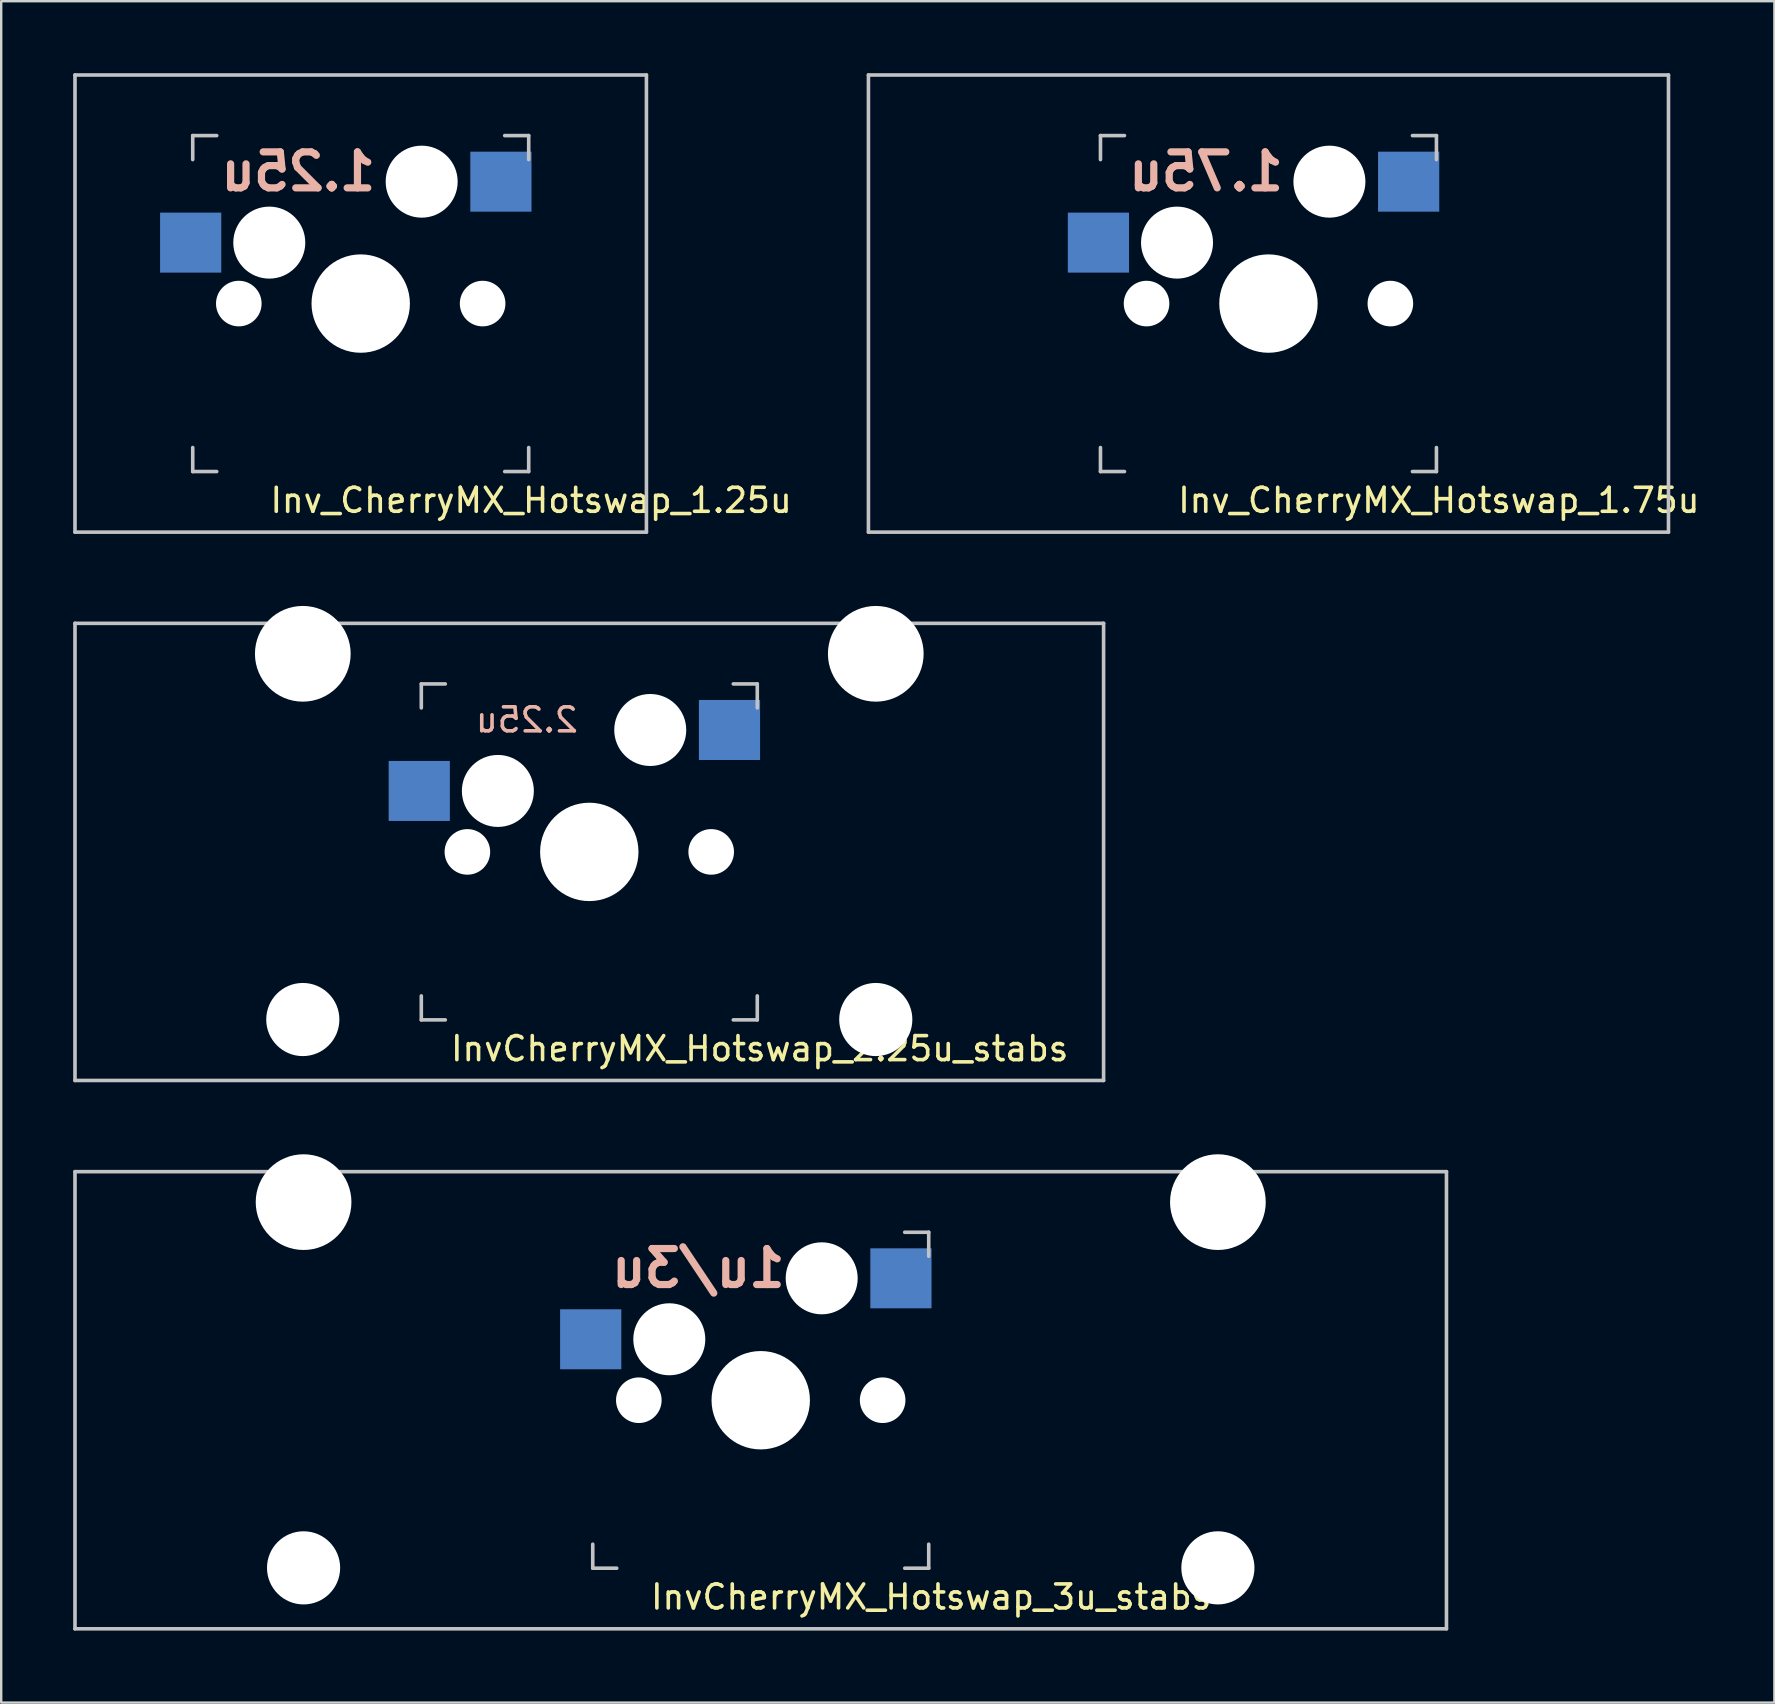
<source format=kicad_pcb>
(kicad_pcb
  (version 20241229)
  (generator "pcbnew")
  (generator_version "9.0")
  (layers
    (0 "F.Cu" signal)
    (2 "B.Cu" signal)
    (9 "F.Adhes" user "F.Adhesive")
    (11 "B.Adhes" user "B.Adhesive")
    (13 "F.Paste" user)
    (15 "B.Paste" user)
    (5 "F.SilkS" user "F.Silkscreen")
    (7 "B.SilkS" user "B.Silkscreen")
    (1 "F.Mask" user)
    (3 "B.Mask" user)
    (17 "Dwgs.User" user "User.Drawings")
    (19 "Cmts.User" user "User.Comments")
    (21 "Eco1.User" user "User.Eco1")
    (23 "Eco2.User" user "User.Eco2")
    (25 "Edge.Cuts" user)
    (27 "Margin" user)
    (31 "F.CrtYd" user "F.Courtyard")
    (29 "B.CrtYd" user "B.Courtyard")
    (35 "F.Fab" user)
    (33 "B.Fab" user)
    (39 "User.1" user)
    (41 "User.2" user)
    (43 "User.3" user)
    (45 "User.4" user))
  (footprint "Inv_CherryMX_Hotswap_1.75u"
    (layer "F.Cu")
    (at 49.807 9.6)
    (property "Reference" "Inv_CherryMX_Hotswap_1.75u" (at 7.1 8.2 0) (layer "F.SilkS") (effects (font (size 1 1) (thickness 0.15))))
    (fp_line (start -16.669 -9.525) (end 16.669 -9.525) (stroke (width 0.15) (type solid)) (layer "Dwgs.User"))
    (fp_line (start -16.669 9.525) (end -16.669 -9.525) (stroke (width 0.15) (type solid)) (layer "Dwgs.User"))
    (fp_line (start -7 -7) (end -6 -7) (stroke (width 0.15) (type solid)) (layer "Dwgs.User"))
    (fp_line (start -7 -6) (end -7 -7) (stroke (width 0.15) (type solid)) (layer "Dwgs.User"))
    (fp_line (start -7 6) (end -7 7) (stroke (width 0.15) (type solid)) (layer "Dwgs.User"))
    (fp_line (start -7 7) (end -6 7) (stroke (width 0.15) (type solid)) (layer "Dwgs.User"))
    (fp_line (start 6 7) (end 7 7) (stroke (width 0.15) (type solid)) (layer "Dwgs.User"))
    (fp_line (start 7 -7) (end 6 -7) (stroke (width 0.15) (type solid)) (layer "Dwgs.User"))
    (fp_line (start 7 -7) (end 7 -6) (stroke (width 0.15) (type solid)) (layer "Dwgs.User"))
    (fp_line (start 7 7) (end 7 6) (stroke (width 0.15) (type solid)) (layer "Dwgs.User"))
    (fp_line (start 16.669 -9.525) (end 16.669 9.525) (stroke (width 0.15) (type solid)) (layer "Dwgs.User"))
    (fp_line (start 16.669 9.525) (end -16.669 9.525) (stroke (width 0.15) (type solid)) (layer "Dwgs.User"))
    (fp_text user "1.75u" (at -2.6 -5.5 0) (unlocked yes) (layer "B.SilkS") (effects (font (size 1.5 1.5) (thickness 0.3)) (justify mirror)))
    (pad "" np_thru_hole circle (at -5.08 0) (size 1.9 1.9) (drill 1.9) (layers "*.Cu" "*.Mask"))
    (pad "" np_thru_hole circle (at -3.81 -2.54) (size 3 3) (drill 3) (layers "*.Cu" "*.Mask"))
    (pad "" np_thru_hole circle (at 0 0 90) (size 4.1 4.1) (drill 4.1) (layers "*.Cu" "*.Mask"))
    (pad "" np_thru_hole circle (at 2.54 -5.08) (size 3 3) (drill 3) (layers "*.Cu" "*.Mask"))
    (pad "" np_thru_hole circle (at 5.08 0) (size 1.9 1.9) (drill 1.9) (layers "*.Cu" "*.Mask"))
    (pad "1" smd rect (at -7.085 -2.54 180) (size 2.55 2.5) (layers "B.Cu" "B.Mask" "B.Paste"))
    (pad "2" smd rect (at 5.842 -5.08 180) (size 2.55 2.5) (layers "B.Cu" "B.Mask" "B.Paste")))
  (footprint "InvCherryMX_Hotswap_3u_stabs"
    (layer "F.Cu")
    (at 28.65 55.298)
    (property "Reference" "InvCherryMX_Hotswap_3u_stabs" (at 7.1 8.2 0) (layer "F.SilkS") (effects (font (size 1 1) (thickness 0.15))))
    (fp_line (start -28.575 -9.525) (end 28.575 -9.525) (stroke (width 0.15) (type solid)) (layer "Dwgs.User"))
    (fp_line (start -28.575 9.525) (end -28.575 -9.525) (stroke (width 0.15) (type solid)) (layer "Dwgs.User"))
    (fp_line (start -7 6) (end -7 7) (stroke (width 0.15) (type solid)) (layer "Dwgs.User"))
    (fp_line (start -7 7) (end -6 7) (stroke (width 0.15) (type solid)) (layer "Dwgs.User"))
    (fp_line (start 6 7) (end 7 7) (stroke (width 0.15) (type solid)) (layer "Dwgs.User"))
    (fp_line (start 7 -7) (end 6 -7) (stroke (width 0.15) (type solid)) (layer "Dwgs.User"))
    (fp_line (start 7 -7) (end 7 -6) (stroke (width 0.15) (type solid)) (layer "Dwgs.User"))
    (fp_line (start 7 7) (end 7 6) (stroke (width 0.15) (type solid)) (layer "Dwgs.User"))
    (fp_line (start 28.575 -9.525) (end 28.575 9.525) (stroke (width 0.15) (type solid)) (layer "Dwgs.User"))
    (fp_line (start 28.575 9.525) (end -28.575 9.525) (stroke (width 0.15) (type solid)) (layer "Dwgs.User"))
    (fp_text user "1u/3u" (at -2.6 -5.5 0) (unlocked yes) (layer "B.SilkS") (effects (font (size 1.5 1.5) (thickness 0.3)) (justify mirror)))
    (pad "" np_thru_hole circle (at -19.05 -8.255) (size 3.988 3.988) (drill 3.988) (layers "*.Cu" "*.Mask"))
    (pad "" np_thru_hole circle (at -19.05 6.985) (size 3.048 3.048) (drill 3.048) (layers "*.Cu" "*.Mask"))
    (pad "" np_thru_hole circle (at -5.08 0) (size 1.9 1.9) (drill 1.9) (layers "*.Cu" "*.Mask"))
    (pad "" np_thru_hole circle (at -3.81 -2.54) (size 3 3) (drill 3) (layers "*.Cu" "*.Mask"))
    (pad "" np_thru_hole circle (at 0 0 90) (size 4.1 4.1) (drill 4.1) (layers "*.Cu" "*.Mask"))
    (pad "" np_thru_hole circle (at 2.54 -5.08) (size 3 3) (drill 3) (layers "*.Cu" "*.Mask"))
    (pad "" np_thru_hole circle (at 5.08 0) (size 1.9 1.9) (drill 1.9) (layers "*.Cu" "*.Mask"))
    (pad "" np_thru_hole circle (at 19.05 -8.255) (size 3.988 3.988) (drill 3.988) (layers "*.Cu" "*.Mask"))
    (pad "" np_thru_hole circle (at 19.05 6.985) (size 3.048 3.048) (drill 3.048) (layers "*.Cu" "*.Mask"))
    (pad "1" smd rect (at -7.085 -2.54 180) (size 2.55 2.5) (layers "B.Cu" "B.Mask" "B.Paste"))
    (pad "2" smd rect (at 5.842 -5.08 180) (size 2.55 2.5) (layers "B.Cu" "B.Mask" "B.Paste")))
  (footprint "InvCherryMX_Hotswap_2.25u_stabs"
    (layer "F.Cu")
    (at 21.506 32.449)
    (property "Reference" "InvCherryMX_Hotswap_2.25u_stabs" (at 7.1 8.2 0) (layer "F.SilkS") (effects (font (size 1 1) (thickness 0.15))))
    (fp_line (start -21.431 -9.525) (end 21.431 -9.525) (stroke (width 0.15) (type solid)) (layer "Dwgs.User"))
    (fp_line (start -21.431 9.525) (end -21.431 -9.525) (stroke (width 0.15) (type solid)) (layer "Dwgs.User"))
    (fp_line (start -7 -7) (end -6 -7) (stroke (width 0.15) (type solid)) (layer "Dwgs.User"))
    (fp_line (start -7 -6) (end -7 -7) (stroke (width 0.15) (type solid)) (layer "Dwgs.User"))
    (fp_line (start -7 6) (end -7 7) (stroke (width 0.15) (type solid)) (layer "Dwgs.User"))
    (fp_line (start -7 7) (end -6 7) (stroke (width 0.15) (type solid)) (layer "Dwgs.User"))
    (fp_line (start 6 7) (end 7 7) (stroke (width 0.15) (type solid)) (layer "Dwgs.User"))
    (fp_line (start 7 -7) (end 6 -7) (stroke (width 0.15) (type solid)) (layer "Dwgs.User"))
    (fp_line (start 7 -7) (end 7 -6) (stroke (width 0.15) (type solid)) (layer "Dwgs.User"))
    (fp_line (start 7 7) (end 7 6) (stroke (width 0.15) (type solid)) (layer "Dwgs.User"))
    (fp_line (start 21.431 -9.525) (end 21.431 9.525) (stroke (width 0.15) (type solid)) (layer "Dwgs.User"))
    (fp_line (start 21.431 9.525) (end -21.431 9.525) (stroke (width 0.15) (type solid)) (layer "Dwgs.User"))
    (fp_text user "2.25u" (at -2.6 -5.5 0) (unlocked yes) (layer "B.SilkS") (effects (font (size 1 1) (thickness 0.15)) (justify mirror)))
    (pad "" np_thru_hole circle (at -11.938 -8.255) (size 3.988 3.988) (drill 3.988) (layers "*.Cu" "*.Mask"))
    (pad "" np_thru_hole circle (at -11.938 6.985) (size 3.048 3.048) (drill 3.048) (layers "*.Cu" "*.Mask"))
    (pad "" np_thru_hole circle (at -5.08 0) (size 1.9 1.9) (drill 1.9) (layers "*.Cu" "*.Mask"))
    (pad "" np_thru_hole circle (at -3.81 -2.54) (size 3 3) (drill 3) (layers "*.Cu" "*.Mask"))
    (pad "" np_thru_hole circle (at 0 0 90) (size 4.1 4.1) (drill 4.1) (layers "*.Cu" "*.Mask"))
    (pad "" np_thru_hole circle (at 2.54 -5.08) (size 3 3) (drill 3) (layers "*.Cu" "*.Mask"))
    (pad "" np_thru_hole circle (at 5.08 0) (size 1.9 1.9) (drill 1.9) (layers "*.Cu" "*.Mask"))
    (pad "" np_thru_hole circle (at 11.938 -8.255) (size 3.988 3.988) (drill 3.988) (layers "*.Cu" "*.Mask"))
    (pad "" np_thru_hole circle (at 11.938 6.985) (size 3.048 3.048) (drill 3.048) (layers "*.Cu" "*.Mask"))
    (pad "1" smd rect (at -7.085 -2.54 180) (size 2.55 2.5) (layers "B.Cu" "B.Mask" "B.Paste"))
    (pad "2" smd rect (at 5.842 -5.08 180) (size 2.55 2.5) (layers "B.Cu" "B.Mask" "B.Paste")))
  (footprint "Inv_CherryMX_Hotswap_1.25u"
    (layer "F.Cu")
    (at 11.981 9.6)
    (property "Reference" "Inv_CherryMX_Hotswap_1.25u" (at 7.1 8.2 0) (layer "F.SilkS") (effects (font (size 1 1) (thickness 0.15))))
    (fp_line (start -11.906 -9.525) (end 11.906 -9.525) (stroke (width 0.15) (type solid)) (layer "Dwgs.User"))
    (fp_line (start -11.906 9.525) (end -11.906 -9.525) (stroke (width 0.15) (type solid)) (layer "Dwgs.User"))
    (fp_line (start -7 -7) (end -6 -7) (stroke (width 0.15) (type solid)) (layer "Dwgs.User"))
    (fp_line (start -7 -6) (end -7 -7) (stroke (width 0.15) (type solid)) (layer "Dwgs.User"))
    (fp_line (start -7 6) (end -7 7) (stroke (width 0.15) (type solid)) (layer "Dwgs.User"))
    (fp_line (start -7 7) (end -6 7) (stroke (width 0.15) (type solid)) (layer "Dwgs.User"))
    (fp_line (start 6 7) (end 7 7) (stroke (width 0.15) (type solid)) (layer "Dwgs.User"))
    (fp_line (start 7 -7) (end 6 -7) (stroke (width 0.15) (type solid)) (layer "Dwgs.User"))
    (fp_line (start 7 -7) (end 7 -6) (stroke (width 0.15) (type solid)) (layer "Dwgs.User"))
    (fp_line (start 7 7) (end 7 6) (stroke (width 0.15) (type solid)) (layer "Dwgs.User"))
    (fp_line (start 11.906 -9.525) (end 11.906 9.525) (stroke (width 0.15) (type solid)) (layer "Dwgs.User"))
    (fp_line (start 11.906 9.525) (end -11.906 9.525) (stroke (width 0.15) (type solid)) (layer "Dwgs.User"))
    (fp_text user "1.25u" (at -2.6 -5.5 0) (unlocked yes) (layer "B.SilkS") (effects (font (size 1.5 1.5) (thickness 0.3)) (justify mirror)))
    (pad "" np_thru_hole circle (at -5.08 0) (size 1.9 1.9) (drill 1.9) (layers "*.Cu" "*.Mask"))
    (pad "" np_thru_hole circle (at -3.81 -2.54) (size 3 3) (drill 3) (layers "*.Cu" "*.Mask"))
    (pad "" np_thru_hole circle (at 0 0 90) (size 4.1 4.1) (drill 4.1) (layers "*.Cu" "*.Mask"))
    (pad "" np_thru_hole circle (at 2.54 -5.08) (size 3 3) (drill 3) (layers "*.Cu" "*.Mask"))
    (pad "" np_thru_hole circle (at 5.08 0) (size 1.9 1.9) (drill 1.9) (layers "*.Cu" "*.Mask"))
    (pad "1" smd rect (at -7.085 -2.54 180) (size 2.55 2.5) (layers "B.Cu" "B.Mask" "B.Paste"))
    (pad "2" smd rect (at 5.842 -5.08 180) (size 2.55 2.5) (layers "B.Cu" "B.Mask" "B.Paste")))
  (gr_rect
    (start -3 -3)
    (end 70.889 67.898)
    (stroke (width 0.1) (type default))
    (fill no)
    (layer "Edge.Cuts")))
</source>
